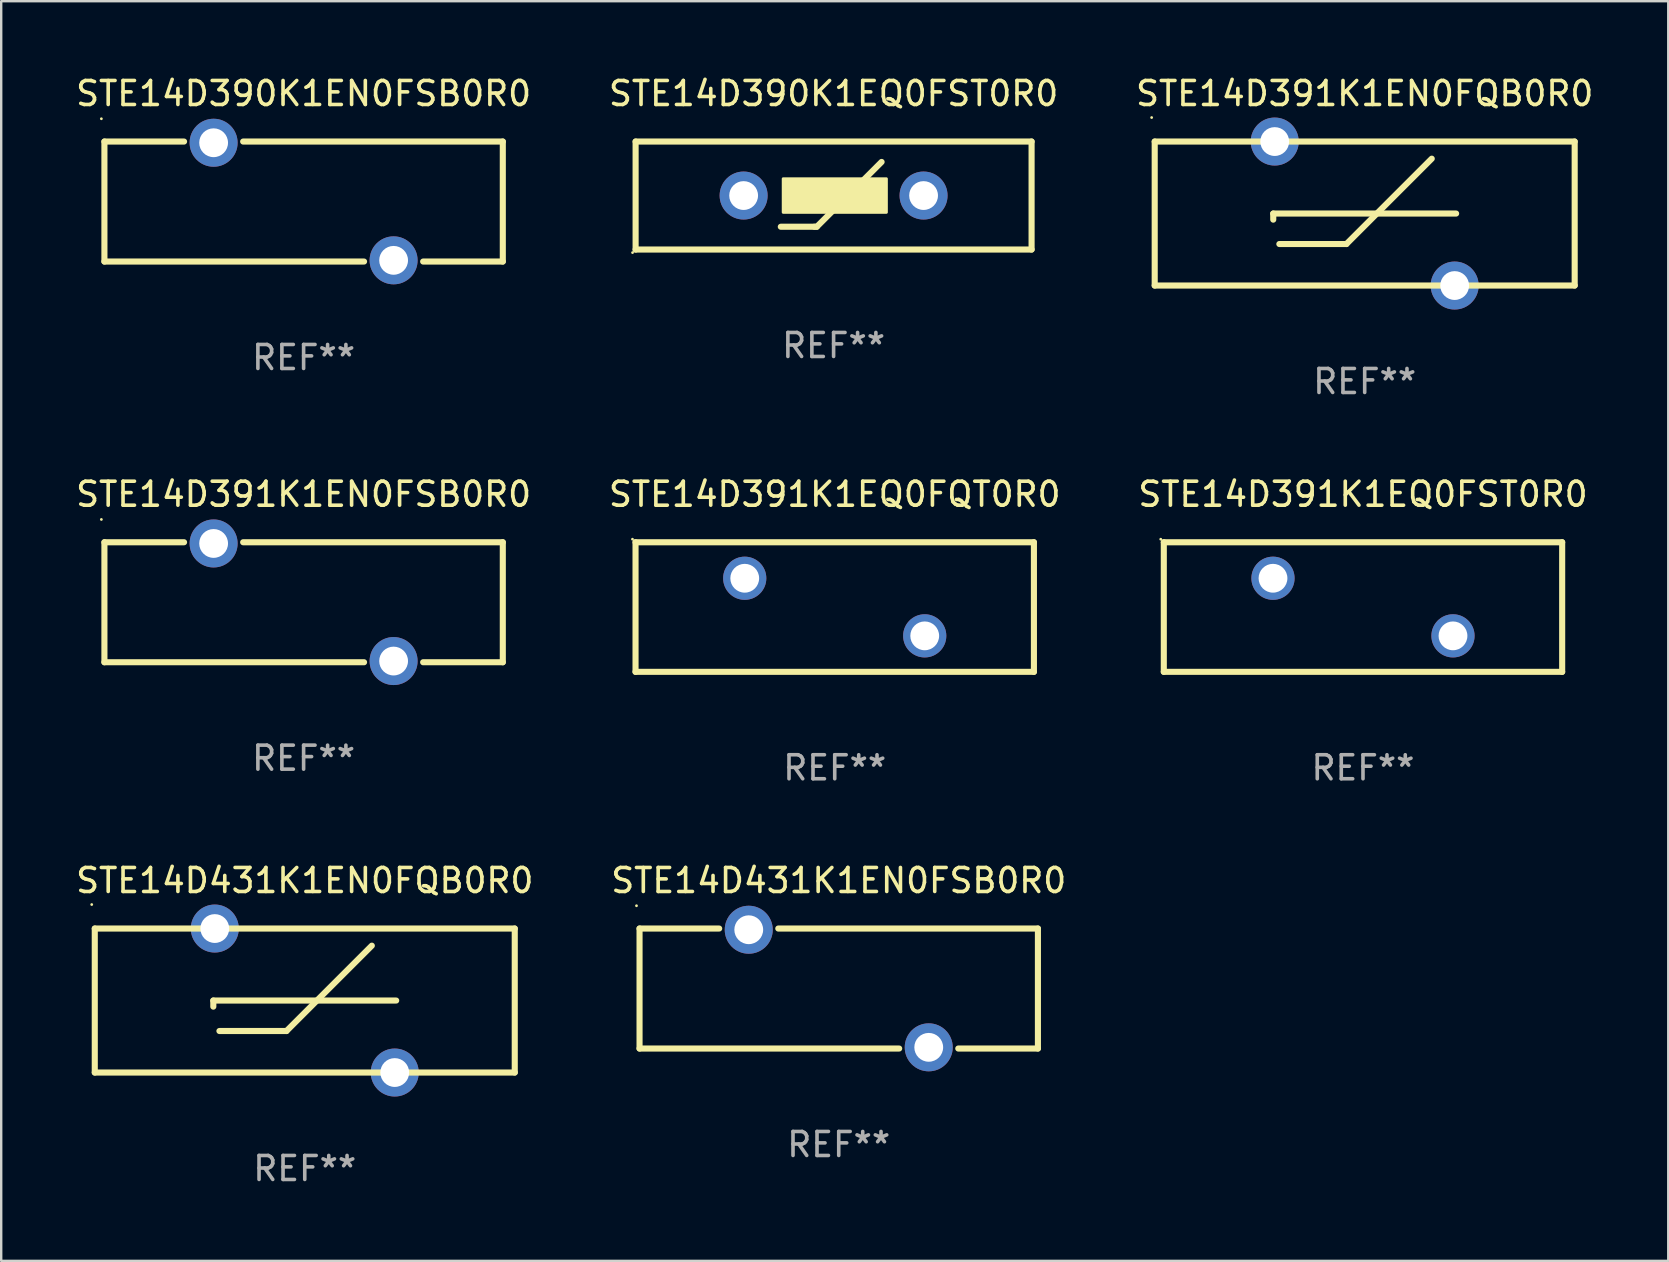
<source format=kicad_pcb>
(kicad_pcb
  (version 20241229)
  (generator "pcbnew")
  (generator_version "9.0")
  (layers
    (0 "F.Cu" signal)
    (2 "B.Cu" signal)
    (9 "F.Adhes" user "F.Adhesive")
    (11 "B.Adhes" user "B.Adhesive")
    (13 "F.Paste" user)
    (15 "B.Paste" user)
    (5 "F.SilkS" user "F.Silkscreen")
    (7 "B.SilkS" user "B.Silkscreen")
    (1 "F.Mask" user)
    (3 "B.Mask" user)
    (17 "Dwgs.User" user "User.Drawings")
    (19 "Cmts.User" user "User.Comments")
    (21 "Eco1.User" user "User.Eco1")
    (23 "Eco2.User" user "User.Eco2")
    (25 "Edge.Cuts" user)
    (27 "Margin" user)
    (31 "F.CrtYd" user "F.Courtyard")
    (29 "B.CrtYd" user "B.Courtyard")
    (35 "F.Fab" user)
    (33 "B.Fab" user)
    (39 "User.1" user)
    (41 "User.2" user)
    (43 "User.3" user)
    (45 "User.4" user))
  (footprint "STE14D390K1EQ0FST0R0"
    (layer "F.Cu")
    (at 31.685 5.098)
    (property "Reference" "STE14D390K1EQ0FST0R0" (at 0 -4.25 0) (layer "F.SilkS") (effects (font (size 1 1) (thickness 0.15))))
    (attr through_hole)
    (fp_line (start -8.25 -2.25) (end 8.25 -2.25) (stroke (width 0.254) (type solid)) (layer "F.SilkS"))
    (fp_line (start -8.25 2.25) (end -8.25 -2.25) (stroke (width 0.254) (type solid)) (layer "F.SilkS"))
    (fp_line (start -8.25 2.25) (end 8.25 2.25) (stroke (width 0.254) (type solid)) (layer "F.SilkS"))
    (fp_line (start -2.2 1.3) (end -0.8 1.3) (stroke (width 0.254) (type solid)) (layer "F.SilkS"))
    (fp_line (start -0.8 1.3) (end -0.7 1.3) (stroke (width 0.254) (type solid)) (layer "F.SilkS"))
    (fp_line (start -0.7 1.3) (end 2 -1.4) (stroke (width 0.254) (type solid)) (layer "F.SilkS"))
    (fp_line (start 8.25 -2.25) (end 8.25 2.25) (stroke (width 0.254) (type solid)) (layer "F.SilkS"))
    (fp_circle (center -8.377 2.377) (end -8.347 2.377) (stroke (width 0.06) (type solid)) (fill no) (layer "F.SilkS"))
    (fp_poly (pts (xy -2.1 -0.7) (xy 2.2 -0.7) (xy 2.2 0.7) (xy -2.1 0.7)) (stroke (width 0.12) (type solid)) (fill yes) (layer "F.SilkS"))
    (fp_text user "REF**" (at 0 6.25 0) (layer "F.Fab") (effects (font (size 1 1) (thickness 0.15))))
    (pad "1" thru_hole circle (at -3.749 0) (size 2 2) (drill 1.2) (layers "*.Cu" "*.Mask"))
    (pad "2" thru_hole circle (at 3.749 0) (size 2 2) (drill 1.2) (layers "*.Cu" "*.Mask")))
  (footprint "STE14D431K1EN0FQB0R0"
    (layer "F.Cu")
    (at 9.649 38.641)
    (property "Reference" "STE14D431K1EN0FQB0R0" (at 0 -5 0) (layer "F.SilkS") (effects (font (size 1 1) (thickness 0.15))))
    (attr through_hole)
    (fp_line (start -8.75 -3) (end -8.75 3) (stroke (width 0.254) (type solid)) (layer "F.SilkS"))
    (fp_line (start -8.75 -3) (end 8.75 -3) (stroke (width 0.254) (type solid)) (layer "F.SilkS"))
    (fp_line (start -3.81 0) (end 3.81 0) (stroke (width 0.254) (type solid)) (layer "F.SilkS"))
    (fp_line (start -3.81 0.254) (end -3.81 0) (stroke (width 0.254) (type solid)) (layer "F.SilkS"))
    (fp_line (start -3.556 1.27) (end -0.762 1.27) (stroke (width 0.254) (type solid)) (layer "F.SilkS"))
    (fp_line (start -0.762 1.27) (end 2.794 -2.286) (stroke (width 0.254) (type solid)) (layer "F.SilkS"))
    (fp_line (start 8.75 3) (end -8.75 3) (stroke (width 0.254) (type solid)) (layer "F.SilkS"))
    (fp_line (start 8.75 3) (end 8.75 -3) (stroke (width 0.254) (type solid)) (layer "F.SilkS"))
    (fp_circle (center -8.877 -4) (end -8.847 -4) (stroke (width 0.06) (type solid)) (fill no) (layer "F.SilkS"))
    (fp_text user "REF**" (at 0 7 0) (layer "F.Fab") (effects (font (size 1 1) (thickness 0.15))))
    (pad "1" thru_hole circle (at -3.749 -3) (size 2 2) (drill 1.2) (layers "*.Cu" "*.Mask"))
    (pad "2" thru_hole circle (at 3.749 3) (size 2 2) (drill 1.2) (layers "*.Cu" "*.Mask")))
  (footprint "STE14D391K1EQ0FST0R0"
    (layer "F.Cu")
    (at 53.744 22.245)
    (property "Reference" "STE14D391K1EQ0FST0R0" (at 0 -4.7 0) (layer "F.SilkS") (effects (font (size 1 1) (thickness 0.15))))
    (attr through_hole)
    (fp_line (start -8.3 -2.7) (end 8.3 -2.7) (stroke (width 0.254) (type solid)) (layer "F.SilkS"))
    (fp_line (start -8.3 2.7) (end -8.3 -2.7) (stroke (width 0.254) (type solid)) (layer "F.SilkS"))
    (fp_line (start 8.3 -2.7) (end 8.3 2.7) (stroke (width 0.254) (type solid)) (layer "F.SilkS"))
    (fp_line (start 8.3 2.7) (end -8.3 2.7) (stroke (width 0.254) (type solid)) (layer "F.SilkS"))
    (fp_circle (center -8.427 -2.827) (end -8.397 -2.827) (stroke (width 0.06) (type solid)) (fill no) (layer "F.SilkS"))
    (fp_text user "REF**" (at 0 6.7 0) (layer "F.Fab") (effects (font (size 1 1) (thickness 0.15))))
    (pad "1" thru_hole circle (at -3.75 -1.2) (size 1.8 1.8) (drill 1.2) (layers "*.Cu" "*.Mask"))
    (pad "2" thru_hole circle (at 3.75 1.2) (size 1.8 1.8) (drill 1.2) (layers "*.Cu" "*.Mask")))
  (footprint "STE14D390K1EN0FSB0R0"
    (layer "F.Cu")
    (at 9.601 5.348)
    (property "Reference" "STE14D390K1EN0FSB0R0" (at 0 -4.5 0) (layer "F.SilkS") (effects (font (size 1 1) (thickness 0.15))))
    (attr through_hole)
    (fp_line (start -8.3 -2.5) (end -8.3 2.5) (stroke (width 0.254) (type solid)) (layer "F.SilkS"))
    (fp_line (start -8.3 -2.5) (end -4.981 -2.5) (stroke (width 0.254) (type solid)) (layer "F.SilkS"))
    (fp_line (start -8.3 2.5) (end 2.519 2.5) (stroke (width 0.254) (type solid)) (layer "F.SilkS"))
    (fp_line (start -2.519 -2.5) (end 8.3 -2.5) (stroke (width 0.254) (type solid)) (layer "F.SilkS"))
    (fp_line (start 4.981 2.5) (end 8.3 2.5) (stroke (width 0.254) (type solid)) (layer "F.SilkS"))
    (fp_line (start 8.3 -2.5) (end 8.3 2.5) (stroke (width 0.254) (type solid)) (layer "F.SilkS"))
    (fp_circle (center -8.427 -3.45) (end -8.397 -3.45) (stroke (width 0.06) (type solid)) (fill no) (layer "F.SilkS"))
    (fp_text user "REF**" (at 0 6.5 0) (layer "F.Fab") (effects (font (size 1 1) (thickness 0.15))))
    (pad "1" thru_hole circle (at -3.75 -2.45) (size 2 2) (drill 1.2) (layers "*.Cu" "*.Mask"))
    (pad "2" thru_hole circle (at 3.75 2.45) (size 2 2) (drill 1.2) (layers "*.Cu" "*.Mask")))
  (footprint "STE14D431K1EN0FSB0R0"
    (layer "F.Cu")
    (at 31.899 38.141)
    (property "Reference" "STE14D431K1EN0FSB0R0" (at 0 -4.5 0) (layer "F.SilkS") (effects (font (size 1 1) (thickness 0.15))))
    (attr through_hole)
    (fp_line (start -8.3 -2.5) (end -8.3 2.5) (stroke (width 0.254) (type solid)) (layer "F.SilkS"))
    (fp_line (start -8.3 -2.5) (end -4.981 -2.5) (stroke (width 0.254) (type solid)) (layer "F.SilkS"))
    (fp_line (start -8.3 2.5) (end 2.519 2.5) (stroke (width 0.254) (type solid)) (layer "F.SilkS"))
    (fp_line (start -2.519 -2.5) (end 8.3 -2.5) (stroke (width 0.254) (type solid)) (layer "F.SilkS"))
    (fp_line (start 4.981 2.5) (end 8.3 2.5) (stroke (width 0.254) (type solid)) (layer "F.SilkS"))
    (fp_line (start 8.3 -2.5) (end 8.3 2.5) (stroke (width 0.254) (type solid)) (layer "F.SilkS"))
    (fp_circle (center -8.427 -3.45) (end -8.397 -3.45) (stroke (width 0.06) (type solid)) (fill no) (layer "F.SilkS"))
    (fp_text user "REF**" (at 0 6.5 0) (layer "F.Fab") (effects (font (size 1 1) (thickness 0.15))))
    (pad "1" thru_hole circle (at -3.75 -2.45) (size 2 2) (drill 1.2) (layers "*.Cu" "*.Mask"))
    (pad "2" thru_hole circle (at 3.75 2.45) (size 2 2) (drill 1.2) (layers "*.Cu" "*.Mask")))
  (footprint "STE14D391K1EN0FSB0R0"
    (layer "F.Cu")
    (at 9.601 22.045)
    (property "Reference" "STE14D391K1EN0FSB0R0" (at 0 -4.5 0) (layer "F.SilkS") (effects (font (size 1 1) (thickness 0.15))))
    (attr through_hole)
    (fp_line (start -8.3 -2.5) (end -8.3 2.5) (stroke (width 0.254) (type solid)) (layer "F.SilkS"))
    (fp_line (start -8.3 -2.5) (end -4.981 -2.5) (stroke (width 0.254) (type solid)) (layer "F.SilkS"))
    (fp_line (start -8.3 2.5) (end 2.519 2.5) (stroke (width 0.254) (type solid)) (layer "F.SilkS"))
    (fp_line (start -2.519 -2.5) (end 8.3 -2.5) (stroke (width 0.254) (type solid)) (layer "F.SilkS"))
    (fp_line (start 4.981 2.5) (end 8.3 2.5) (stroke (width 0.254) (type solid)) (layer "F.SilkS"))
    (fp_line (start 8.3 -2.5) (end 8.3 2.5) (stroke (width 0.254) (type solid)) (layer "F.SilkS"))
    (fp_circle (center -8.427 -3.45) (end -8.397 -3.45) (stroke (width 0.06) (type solid)) (fill no) (layer "F.SilkS"))
    (fp_text user "REF**" (at 0 6.5 0) (layer "F.Fab") (effects (font (size 1 1) (thickness 0.15))))
    (pad "1" thru_hole circle (at -3.75 -2.45) (size 2 2) (drill 1.2) (layers "*.Cu" "*.Mask"))
    (pad "2" thru_hole circle (at 3.75 2.45) (size 2 2) (drill 1.2) (layers "*.Cu" "*.Mask")))
  (footprint "STE14D391K1EN0FQB0R0"
    (layer "F.Cu")
    (at 53.815 5.848)
    (property "Reference" "STE14D391K1EN0FQB0R0" (at 0 -5 0) (layer "F.SilkS") (effects (font (size 1 1) (thickness 0.15))))
    (attr through_hole)
    (fp_line (start -8.75 -3) (end -8.75 3) (stroke (width 0.254) (type solid)) (layer "F.SilkS"))
    (fp_line (start -8.75 -3) (end 8.75 -3) (stroke (width 0.254) (type solid)) (layer "F.SilkS"))
    (fp_line (start -3.81 0) (end 3.81 0) (stroke (width 0.254) (type solid)) (layer "F.SilkS"))
    (fp_line (start -3.81 0.254) (end -3.81 0) (stroke (width 0.254) (type solid)) (layer "F.SilkS"))
    (fp_line (start -3.556 1.27) (end -0.762 1.27) (stroke (width 0.254) (type solid)) (layer "F.SilkS"))
    (fp_line (start -0.762 1.27) (end 2.794 -2.286) (stroke (width 0.254) (type solid)) (layer "F.SilkS"))
    (fp_line (start 8.75 3) (end -8.75 3) (stroke (width 0.254) (type solid)) (layer "F.SilkS"))
    (fp_line (start 8.75 3) (end 8.75 -3) (stroke (width 0.254) (type solid)) (layer "F.SilkS"))
    (fp_circle (center -8.877 -4) (end -8.847 -4) (stroke (width 0.06) (type solid)) (fill no) (layer "F.SilkS"))
    (fp_text user "REF**" (at 0 7 0) (layer "F.Fab") (effects (font (size 1 1) (thickness 0.15))))
    (pad "1" thru_hole circle (at -3.749 -3) (size 2 2) (drill 1.2) (layers "*.Cu" "*.Mask"))
    (pad "2" thru_hole circle (at 3.749 3) (size 2 2) (drill 1.2) (layers "*.Cu" "*.Mask")))
  (footprint "STE14D391K1EQ0FQT0R0"
    (layer "F.Cu")
    (at 31.732 22.245)
    (property "Reference" "STE14D391K1EQ0FQT0R0" (at 0 -4.7 0) (layer "F.SilkS") (effects (font (size 1 1) (thickness 0.15))))
    (attr through_hole)
    (fp_line (start -8.3 -2.7) (end 8.3 -2.7) (stroke (width 0.254) (type solid)) (layer "F.SilkS"))
    (fp_line (start -8.3 2.7) (end -8.3 -2.7) (stroke (width 0.254) (type solid)) (layer "F.SilkS"))
    (fp_line (start 8.3 -2.7) (end 8.3 2.7) (stroke (width 0.254) (type solid)) (layer "F.SilkS"))
    (fp_line (start 8.3 2.7) (end -8.3 2.7) (stroke (width 0.254) (type solid)) (layer "F.SilkS"))
    (fp_circle (center -8.427 -2.827) (end -8.397 -2.827) (stroke (width 0.06) (type solid)) (fill no) (layer "F.SilkS"))
    (fp_text user "REF**" (at 0 6.7 0) (layer "F.Fab") (effects (font (size 1 1) (thickness 0.15))))
    (pad "1" thru_hole circle (at -3.75 -1.2) (size 1.8 1.8) (drill 1.2) (layers "*.Cu" "*.Mask"))
    (pad "2" thru_hole circle (at 3.75 1.2) (size 1.8 1.8) (drill 1.2) (layers "*.Cu" "*.Mask")))
  (gr_rect
    (start -3 -3)
    (end 66.464 49.489)
    (stroke (width 0.1) (type default))
    (fill no)
    (layer "Edge.Cuts")))
</source>
